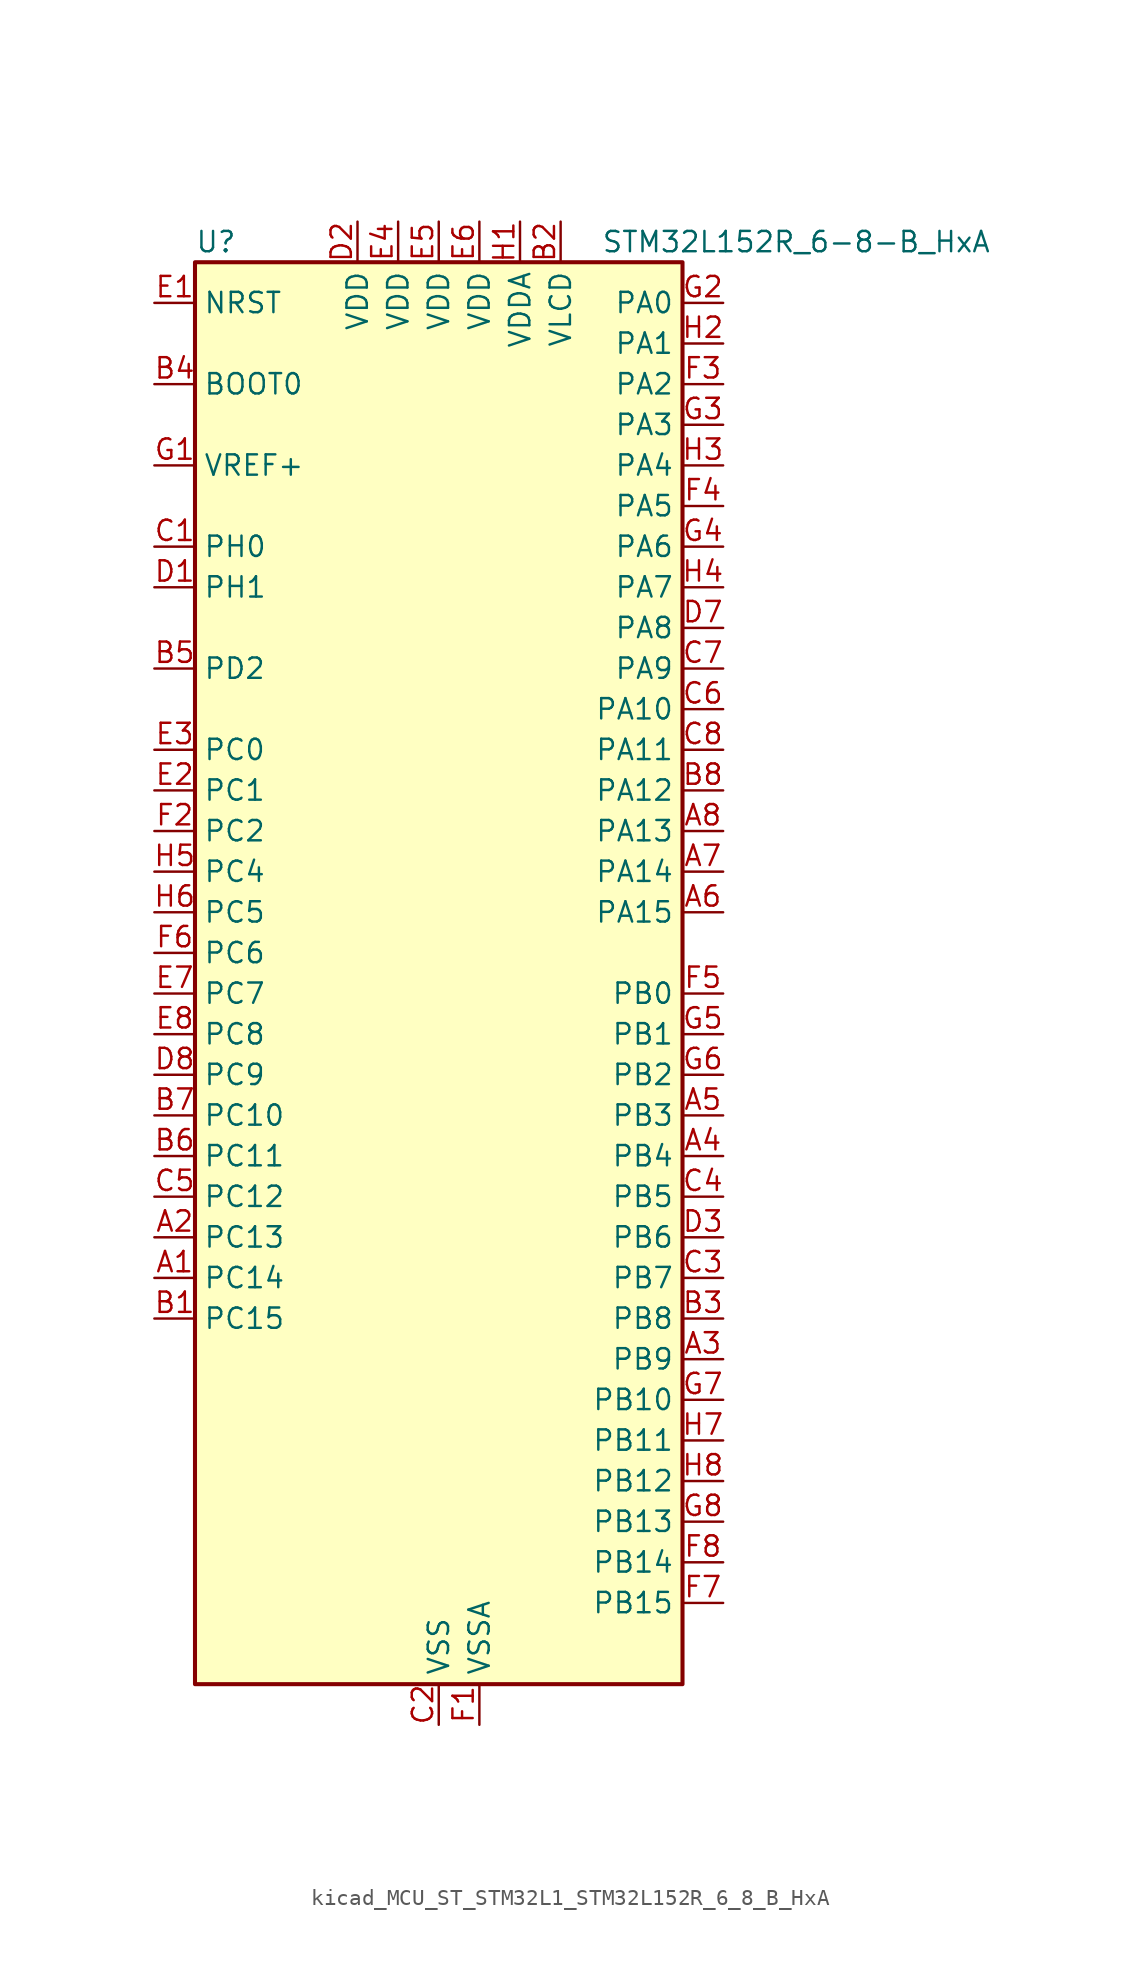
<source format=kicad_sym>
(kicad_symbol_lib
  (version 20220914)
  (generator kicad_symbol_editor)
  (symbol "kicad_MCU_ST_STM32L1_STM32L152R_6_8_B_HxA"
    (property "Reference" "U"
      (at -15.24 46.99 0)
      (effects (font (size 1.27 1.27)) (justify left)))
    (property "Value" "STM32L152R_6-8-B_HxA"
      (at 10.16 46.99 0)
      (effects (font (size 1.27 1.27)) (justify left)))
    (property "ki_locked" ""
      (at 0 0 0)
      (effects (font (size 1.27 1.27))))
    (symbol "kicad_MCU_ST_STM32L1_STM32L152R_6_8_B_HxA_0_1"
      (rectangle (start -15.24 -43.18) (end 15.24 45.72) (stroke (width 0.254) (type default)) (fill (type background))))
    (symbol "kicad_MCU_ST_STM32L1_STM32L152R_6_8_B_HxA_1_1"
      (pin bidirectional line (at -17.78 -17.78 0) (length 2.54) (name "PC14" (effects (font (size 1.27 1.27)))) (number "A1" (effects (font (size 1.27 1.27)))) (alternate "RCC_OSC32_IN" bidirectional line) (alternate "TIMX_IC3" bidirectional line))
      (pin bidirectional line (at -17.78 -15.24 0) (length 2.54) (name "PC13" (effects (font (size 1.27 1.27)))) (number "A2" (effects (font (size 1.27 1.27)))) (alternate "RTC_OUT_ALARM" bidirectional line) (alternate "RTC_OUT_CALIB" bidirectional line) (alternate "RTC_TAMP1" bidirectional line) (alternate "RTC_TS" bidirectional line) (alternate "SYS_WKUP2" bidirectional line) (alternate "TIMX_IC2" bidirectional line))
      (pin bidirectional line (at 17.78 -22.86 180) (length 2.54) (name "PB9" (effects (font (size 1.27 1.27)))) (number "A3" (effects (font (size 1.27 1.27)))) (alternate "DAC_EXTI9" bidirectional line) (alternate "I2C1_SDA" bidirectional line) (alternate "LCD_COM3" bidirectional line) (alternate "TIM11_CH1" bidirectional line) (alternate "TIM4_CH4" bidirectional line))
      (pin bidirectional line (at 17.78 -10.16 180) (length 2.54) (name "PB4" (effects (font (size 1.27 1.27)))) (number "A4" (effects (font (size 1.27 1.27)))) (alternate "COMP2_INP" bidirectional line) (alternate "LCD_SEG8" bidirectional line) (alternate "SPI1_MISO" bidirectional line) (alternate "SYS_JTRST" bidirectional line) (alternate "TIM3_CH1" bidirectional line) (alternate "TS_G6_IO1" bidirectional line))
      (pin bidirectional line (at 17.78 -7.62 180) (length 2.54) (name "PB3" (effects (font (size 1.27 1.27)))) (number "A5" (effects (font (size 1.27 1.27)))) (alternate "COMP2_INM" bidirectional line) (alternate "LCD_SEG7" bidirectional line) (alternate "SPI1_SCK" bidirectional line) (alternate "SYS_JTDO-TRACESWO" bidirectional line) (alternate "TIM2_CH2" bidirectional line))
      (pin bidirectional line (at 17.78 5.08 180) (length 2.54) (name "PA15" (effects (font (size 1.27 1.27)))) (number "A6" (effects (font (size 1.27 1.27)))) (alternate "ADC_EXTI15" bidirectional line) (alternate "LCD_SEG17" bidirectional line) (alternate "SPI1_NSS" bidirectional line) (alternate "SYS_JTDI" bidirectional line) (alternate "TIM2_CH1" bidirectional line) (alternate "TIM2_ETR" bidirectional line) (alternate "TIMX_IC4" bidirectional line) (alternate "TS_G5_IO3" bidirectional line))
      (pin bidirectional line (at 17.78 7.62 180) (length 2.54) (name "PA14" (effects (font (size 1.27 1.27)))) (number "A7" (effects (font (size 1.27 1.27)))) (alternate "SYS_JTCK-SWCLK" bidirectional line) (alternate "TIMX_IC3" bidirectional line) (alternate "TS_G5_IO2" bidirectional line))
      (pin bidirectional line (at 17.78 10.16 180) (length 2.54) (name "PA13" (effects (font (size 1.27 1.27)))) (number "A8" (effects (font (size 1.27 1.27)))) (alternate "SYS_JTMS-SWDIO" bidirectional line) (alternate "TIMX_IC2" bidirectional line) (alternate "TS_G5_IO1" bidirectional line))
      (pin bidirectional line (at -17.78 -20.32 0) (length 2.54) (name "PC15" (effects (font (size 1.27 1.27)))) (number "B1" (effects (font (size 1.27 1.27)))) (alternate "ADC_EXTI15" bidirectional line) (alternate "RCC_OSC32_OUT" bidirectional line) (alternate "TIMX_IC4" bidirectional line))
      (pin power_in line (at 7.62 48.26 270) (length 2.54) (name "VLCD" (effects (font (size 1.27 1.27)))) (number "B2" (effects (font (size 1.27 1.27)))))
      (pin bidirectional line (at 17.78 -20.32 180) (length 2.54) (name "PB8" (effects (font (size 1.27 1.27)))) (number "B3" (effects (font (size 1.27 1.27)))) (alternate "I2C1_SCL" bidirectional line) (alternate "LCD_SEG16" bidirectional line) (alternate "TIM10_CH1" bidirectional line) (alternate "TIM4_CH3" bidirectional line))
      (pin input line (at -17.78 38.1 0) (length 2.54) (name "BOOT0" (effects (font (size 1.27 1.27)))) (number "B4" (effects (font (size 1.27 1.27)))))
      (pin bidirectional line (at -17.78 20.32 0) (length 2.54) (name "PD2" (effects (font (size 1.27 1.27)))) (number "B5" (effects (font (size 1.27 1.27)))) (alternate "LCD_COM7" bidirectional line) (alternate "LCD_SEG31" bidirectional line) (alternate "LCD_SEG43" bidirectional line) (alternate "TIM3_ETR" bidirectional line) (alternate "TIMX_IC3" bidirectional line))
      (pin bidirectional line (at -17.78 -10.16 0) (length 2.54) (name "PC11" (effects (font (size 1.27 1.27)))) (number "B6" (effects (font (size 1.27 1.27)))) (alternate "ADC_EXTI11" bidirectional line) (alternate "LCD_COM5" bidirectional line) (alternate "LCD_SEG29" bidirectional line) (alternate "LCD_SEG41" bidirectional line) (alternate "TIMX_IC4" bidirectional line) (alternate "USART3_RX" bidirectional line))
      (pin bidirectional line (at -17.78 -7.62 0) (length 2.54) (name "PC10" (effects (font (size 1.27 1.27)))) (number "B7" (effects (font (size 1.27 1.27)))) (alternate "LCD_COM4" bidirectional line) (alternate "LCD_SEG28" bidirectional line) (alternate "LCD_SEG40" bidirectional line) (alternate "TIMX_IC3" bidirectional line) (alternate "USART3_TX" bidirectional line))
      (pin bidirectional line (at 17.78 12.7 180) (length 2.54) (name "PA12" (effects (font (size 1.27 1.27)))) (number "B8" (effects (font (size 1.27 1.27)))) (alternate "SPI1_MOSI" bidirectional line) (alternate "TIMX_IC1" bidirectional line) (alternate "USART1_RTS" bidirectional line) (alternate "USB_DP" bidirectional line))
      (pin bidirectional line (at -17.78 27.94 0) (length 2.54) (name "PH0" (effects (font (size 1.27 1.27)))) (number "C1" (effects (font (size 1.27 1.27)))) (alternate "RCC_OSC_IN" bidirectional line))
      (pin power_in line (at 0 -45.72 90) (length 2.54) (name "VSS" (effects (font (size 1.27 1.27)))) (number "C2" (effects (font (size 1.27 1.27)))))
      (pin bidirectional line (at 17.78 -17.78 180) (length 2.54) (name "PB7" (effects (font (size 1.27 1.27)))) (number "C3" (effects (font (size 1.27 1.27)))) (alternate "I2C1_SDA" bidirectional line) (alternate "SYS_PVD_IN" bidirectional line) (alternate "TIM4_CH2" bidirectional line) (alternate "TS_G6_IO4" bidirectional line) (alternate "USART1_RX" bidirectional line))
      (pin bidirectional line (at 17.78 -12.7 180) (length 2.54) (name "PB5" (effects (font (size 1.27 1.27)))) (number "C4" (effects (font (size 1.27 1.27)))) (alternate "COMP2_INP" bidirectional line) (alternate "I2C1_SMBA" bidirectional line) (alternate "LCD_SEG9" bidirectional line) (alternate "SPI1_MOSI" bidirectional line) (alternate "TIM3_CH2" bidirectional line) (alternate "TS_G6_IO2" bidirectional line))
      (pin bidirectional line (at -17.78 -12.7 0) (length 2.54) (name "PC12" (effects (font (size 1.27 1.27)))) (number "C5" (effects (font (size 1.27 1.27)))) (alternate "LCD_COM6" bidirectional line) (alternate "LCD_SEG30" bidirectional line) (alternate "LCD_SEG42" bidirectional line) (alternate "TIMX_IC1" bidirectional line) (alternate "USART3_CK" bidirectional line))
      (pin bidirectional line (at 17.78 17.78 180) (length 2.54) (name "PA10" (effects (font (size 1.27 1.27)))) (number "C6" (effects (font (size 1.27 1.27)))) (alternate "LCD_COM2" bidirectional line) (alternate "TIMX_IC3" bidirectional line) (alternate "TS_G4_IO3" bidirectional line) (alternate "USART1_RX" bidirectional line))
      (pin bidirectional line (at 17.78 20.32 180) (length 2.54) (name "PA9" (effects (font (size 1.27 1.27)))) (number "C7" (effects (font (size 1.27 1.27)))) (alternate "DAC_EXTI9" bidirectional line) (alternate "LCD_COM1" bidirectional line) (alternate "TIMX_IC2" bidirectional line) (alternate "TS_G4_IO2" bidirectional line) (alternate "USART1_TX" bidirectional line))
      (pin bidirectional line (at 17.78 15.24 180) (length 2.54) (name "PA11" (effects (font (size 1.27 1.27)))) (number "C8" (effects (font (size 1.27 1.27)))) (alternate "ADC_EXTI11" bidirectional line) (alternate "SPI1_MISO" bidirectional line) (alternate "TIMX_IC4" bidirectional line) (alternate "USART1_CTS" bidirectional line) (alternate "USB_DM" bidirectional line))
      (pin bidirectional line (at -17.78 25.4 0) (length 2.54) (name "PH1" (effects (font (size 1.27 1.27)))) (number "D1" (effects (font (size 1.27 1.27)))) (alternate "RCC_OSC_OUT" bidirectional line))
      (pin power_in line (at -5.08 48.26 270) (length 2.54) (name "VDD" (effects (font (size 1.27 1.27)))) (number "D2" (effects (font (size 1.27 1.27)))))
      (pin bidirectional line (at 17.78 -15.24 180) (length 2.54) (name "PB6" (effects (font (size 1.27 1.27)))) (number "D3" (effects (font (size 1.27 1.27)))) (alternate "I2C1_SCL" bidirectional line) (alternate "TIM4_CH1" bidirectional line) (alternate "TS_G6_IO3" bidirectional line) (alternate "USART1_TX" bidirectional line))
      (pin passive line (at 0 -45.72 90) (length 2.54) hide (name "VSS" (effects (font (size 1.27 1.27)))) (number "D4" (effects (font (size 1.27 1.27)))))
      (pin passive line (at 0 -45.72 90) (length 2.54) hide (name "VSS" (effects (font (size 1.27 1.27)))) (number "D5" (effects (font (size 1.27 1.27)))))
      (pin passive line (at 0 -45.72 90) (length 2.54) hide (name "VSS" (effects (font (size 1.27 1.27)))) (number "D6" (effects (font (size 1.27 1.27)))))
      (pin bidirectional line (at 17.78 22.86 180) (length 2.54) (name "PA8" (effects (font (size 1.27 1.27)))) (number "D7" (effects (font (size 1.27 1.27)))) (alternate "LCD_COM0" bidirectional line) (alternate "RCC_MCO" bidirectional line) (alternate "TIMX_IC1" bidirectional line) (alternate "TS_G4_IO1" bidirectional line) (alternate "USART1_CK" bidirectional line))
      (pin bidirectional line (at -17.78 -5.08 0) (length 2.54) (name "PC9" (effects (font (size 1.27 1.27)))) (number "D8" (effects (font (size 1.27 1.27)))) (alternate "DAC_EXTI9" bidirectional line) (alternate "LCD_SEG27" bidirectional line) (alternate "TIM3_CH4" bidirectional line) (alternate "TIMX_IC2" bidirectional line) (alternate "TS_G10_IO4" bidirectional line))
      (pin input line (at -17.78 43.18 0) (length 2.54) (name "NRST" (effects (font (size 1.27 1.27)))) (number "E1" (effects (font (size 1.27 1.27)))))
      (pin bidirectional line (at -17.78 12.7 0) (length 2.54) (name "PC1" (effects (font (size 1.27 1.27)))) (number "E2" (effects (font (size 1.27 1.27)))) (alternate "ADC_IN11" bidirectional line) (alternate "COMP1_INP" bidirectional line) (alternate "LCD_SEG19" bidirectional line) (alternate "TIMX_IC2" bidirectional line) (alternate "TS_G8_IO2" bidirectional line))
      (pin bidirectional line (at -17.78 15.24 0) (length 2.54) (name "PC0" (effects (font (size 1.27 1.27)))) (number "E3" (effects (font (size 1.27 1.27)))) (alternate "ADC_IN10" bidirectional line) (alternate "COMP1_INP" bidirectional line) (alternate "LCD_SEG18" bidirectional line) (alternate "TIMX_IC1" bidirectional line) (alternate "TS_G8_IO1" bidirectional line))
      (pin power_in line (at -2.54 48.26 270) (length 2.54) (name "VDD" (effects (font (size 1.27 1.27)))) (number "E4" (effects (font (size 1.27 1.27)))))
      (pin power_in line (at 0 48.26 270) (length 2.54) (name "VDD" (effects (font (size 1.27 1.27)))) (number "E5" (effects (font (size 1.27 1.27)))))
      (pin power_in line (at 2.54 48.26 270) (length 2.54) (name "VDD" (effects (font (size 1.27 1.27)))) (number "E6" (effects (font (size 1.27 1.27)))))
      (pin bidirectional line (at -17.78 0 0) (length 2.54) (name "PC7" (effects (font (size 1.27 1.27)))) (number "E7" (effects (font (size 1.27 1.27)))) (alternate "LCD_SEG25" bidirectional line) (alternate "TIM3_CH2" bidirectional line) (alternate "TIMX_IC4" bidirectional line) (alternate "TS_G10_IO2" bidirectional line))
      (pin bidirectional line (at -17.78 -2.54 0) (length 2.54) (name "PC8" (effects (font (size 1.27 1.27)))) (number "E8" (effects (font (size 1.27 1.27)))) (alternate "LCD_SEG26" bidirectional line) (alternate "TIM3_CH3" bidirectional line) (alternate "TIMX_IC1" bidirectional line) (alternate "TS_G10_IO3" bidirectional line))
      (pin power_in line (at 2.54 -45.72 90) (length 2.54) (name "VSSA" (effects (font (size 1.27 1.27)))) (number "F1" (effects (font (size 1.27 1.27)))))
      (pin bidirectional line (at -17.78 10.16 0) (length 2.54) (name "PC2" (effects (font (size 1.27 1.27)))) (number "F2" (effects (font (size 1.27 1.27)))) (alternate "ADC_IN12" bidirectional line) (alternate "COMP1_INP" bidirectional line) (alternate "LCD_SEG20" bidirectional line) (alternate "TIMX_IC3" bidirectional line) (alternate "TS_G8_IO3" bidirectional line))
      (pin bidirectional line (at 17.78 38.1 180) (length 2.54) (name "PA2" (effects (font (size 1.27 1.27)))) (number "F3" (effects (font (size 1.27 1.27)))) (alternate "ADC_IN2" bidirectional line) (alternate "COMP1_INP" bidirectional line) (alternate "LCD_SEG1" bidirectional line) (alternate "TIM2_CH3" bidirectional line) (alternate "TIM9_CH1" bidirectional line) (alternate "TIMX_IC3" bidirectional line) (alternate "TS_G1_IO3" bidirectional line) (alternate "USART2_TX" bidirectional line))
      (pin bidirectional line (at 17.78 30.48 180) (length 2.54) (name "PA5" (effects (font (size 1.27 1.27)))) (number "F4" (effects (font (size 1.27 1.27)))) (alternate "ADC_IN5" bidirectional line) (alternate "COMP1_INP" bidirectional line) (alternate "DAC_OUT2" bidirectional line) (alternate "SPI1_SCK" bidirectional line) (alternate "TIM2_CH1" bidirectional line) (alternate "TIM2_ETR" bidirectional line) (alternate "TIMX_IC2" bidirectional line))
      (pin bidirectional line (at 17.78 0 180) (length 2.54) (name "PB0" (effects (font (size 1.27 1.27)))) (number "F5" (effects (font (size 1.27 1.27)))) (alternate "ADC_IN8" bidirectional line) (alternate "COMP1_INP" bidirectional line) (alternate "LCD_SEG5" bidirectional line) (alternate "SYS_V_REF_OUT" bidirectional line) (alternate "TIM3_CH3" bidirectional line) (alternate "TS_G3_IO1" bidirectional line))
      (pin bidirectional line (at -17.78 2.54 0) (length 2.54) (name "PC6" (effects (font (size 1.27 1.27)))) (number "F6" (effects (font (size 1.27 1.27)))) (alternate "LCD_SEG24" bidirectional line) (alternate "TIM3_CH1" bidirectional line) (alternate "TIMX_IC3" bidirectional line) (alternate "TS_G10_IO1" bidirectional line))
      (pin bidirectional line (at 17.78 -38.1 180) (length 2.54) (name "PB15" (effects (font (size 1.27 1.27)))) (number "F7" (effects (font (size 1.27 1.27)))) (alternate "ADC_EXTI15" bidirectional line) (alternate "ADC_IN21" bidirectional line) (alternate "COMP1_INP" bidirectional line) (alternate "LCD_SEG15" bidirectional line) (alternate "RTC_REFIN" bidirectional line) (alternate "SPI2_MOSI" bidirectional line) (alternate "TIM11_CH1" bidirectional line) (alternate "TS_G7_IO4" bidirectional line))
      (pin bidirectional line (at 17.78 -35.56 180) (length 2.54) (name "PB14" (effects (font (size 1.27 1.27)))) (number "F8" (effects (font (size 1.27 1.27)))) (alternate "ADC_IN20" bidirectional line) (alternate "COMP1_INP" bidirectional line) (alternate "LCD_SEG14" bidirectional line) (alternate "SPI2_MISO" bidirectional line) (alternate "TIM9_CH2" bidirectional line) (alternate "TS_G7_IO3" bidirectional line) (alternate "USART3_RTS" bidirectional line))
      (pin input line (at -17.78 33.02 0) (length 2.54) (name "VREF+" (effects (font (size 1.27 1.27)))) (number "G1" (effects (font (size 1.27 1.27)))))
      (pin bidirectional line (at 17.78 43.18 180) (length 2.54) (name "PA0" (effects (font (size 1.27 1.27)))) (number "G2" (effects (font (size 1.27 1.27)))) (alternate "ADC_IN0" bidirectional line) (alternate "COMP1_INP" bidirectional line) (alternate "RTC_TAMP2" bidirectional line) (alternate "SYS_WKUP1" bidirectional line) (alternate "TIM2_CH1" bidirectional line) (alternate "TIM2_ETR" bidirectional line) (alternate "TIMX_IC1" bidirectional line) (alternate "TS_G1_IO1" bidirectional line) (alternate "USART2_CTS" bidirectional line))
      (pin bidirectional line (at 17.78 35.56 180) (length 2.54) (name "PA3" (effects (font (size 1.27 1.27)))) (number "G3" (effects (font (size 1.27 1.27)))) (alternate "ADC_IN3" bidirectional line) (alternate "COMP1_INP" bidirectional line) (alternate "LCD_SEG2" bidirectional line) (alternate "TIM2_CH4" bidirectional line) (alternate "TIM9_CH2" bidirectional line) (alternate "TIMX_IC4" bidirectional line) (alternate "TS_G1_IO4" bidirectional line) (alternate "USART2_RX" bidirectional line))
      (pin bidirectional line (at 17.78 27.94 180) (length 2.54) (name "PA6" (effects (font (size 1.27 1.27)))) (number "G4" (effects (font (size 1.27 1.27)))) (alternate "ADC_IN6" bidirectional line) (alternate "COMP1_INP" bidirectional line) (alternate "LCD_SEG3" bidirectional line) (alternate "SPI1_MISO" bidirectional line) (alternate "TIM10_CH1" bidirectional line) (alternate "TIM3_CH1" bidirectional line) (alternate "TIMX_IC3" bidirectional line) (alternate "TS_G2_IO1" bidirectional line))
      (pin bidirectional line (at 17.78 -2.54 180) (length 2.54) (name "PB1" (effects (font (size 1.27 1.27)))) (number "G5" (effects (font (size 1.27 1.27)))) (alternate "ADC_IN9" bidirectional line) (alternate "COMP1_INP" bidirectional line) (alternate "LCD_SEG6" bidirectional line) (alternate "SYS_V_REF_OUT" bidirectional line) (alternate "TIM3_CH4" bidirectional line) (alternate "TS_G3_IO2" bidirectional line))
      (pin bidirectional line (at 17.78 -5.08 180) (length 2.54) (name "PB2" (effects (font (size 1.27 1.27)))) (number "G6" (effects (font (size 1.27 1.27)))) (alternate "TS_G3_IO3" bidirectional line))
      (pin bidirectional line (at 17.78 -25.4 180) (length 2.54) (name "PB10" (effects (font (size 1.27 1.27)))) (number "G7" (effects (font (size 1.27 1.27)))) (alternate "I2C2_SCL" bidirectional line) (alternate "LCD_SEG10" bidirectional line) (alternate "TIM2_CH3" bidirectional line) (alternate "USART3_TX" bidirectional line))
      (pin bidirectional line (at 17.78 -33.02 180) (length 2.54) (name "PB13" (effects (font (size 1.27 1.27)))) (number "G8" (effects (font (size 1.27 1.27)))) (alternate "ADC_IN19" bidirectional line) (alternate "COMP1_INP" bidirectional line) (alternate "LCD_SEG13" bidirectional line) (alternate "SPI2_SCK" bidirectional line) (alternate "TIM9_CH1" bidirectional line) (alternate "TS_G7_IO2" bidirectional line) (alternate "USART3_CTS" bidirectional line))
      (pin power_in line (at 5.08 48.26 270) (length 2.54) (name "VDDA" (effects (font (size 1.27 1.27)))) (number "H1" (effects (font (size 1.27 1.27)))))
      (pin bidirectional line (at 17.78 40.64 180) (length 2.54) (name "PA1" (effects (font (size 1.27 1.27)))) (number "H2" (effects (font (size 1.27 1.27)))) (alternate "ADC_IN1" bidirectional line) (alternate "COMP1_INP" bidirectional line) (alternate "LCD_SEG0" bidirectional line) (alternate "TIM2_CH2" bidirectional line) (alternate "TIMX_IC2" bidirectional line) (alternate "TS_G1_IO2" bidirectional line) (alternate "USART2_RTS" bidirectional line))
      (pin bidirectional line (at 17.78 33.02 180) (length 2.54) (name "PA4" (effects (font (size 1.27 1.27)))) (number "H3" (effects (font (size 1.27 1.27)))) (alternate "ADC_IN4" bidirectional line) (alternate "COMP1_INP" bidirectional line) (alternate "DAC_OUT1" bidirectional line) (alternate "SPI1_NSS" bidirectional line) (alternate "TIMX_IC1" bidirectional line) (alternate "USART2_CK" bidirectional line))
      (pin bidirectional line (at 17.78 25.4 180) (length 2.54) (name "PA7" (effects (font (size 1.27 1.27)))) (number "H4" (effects (font (size 1.27 1.27)))) (alternate "ADC_IN7" bidirectional line) (alternate "COMP1_INP" bidirectional line) (alternate "LCD_SEG4" bidirectional line) (alternate "SPI1_MOSI" bidirectional line) (alternate "TIM11_CH1" bidirectional line) (alternate "TIM3_CH2" bidirectional line) (alternate "TIMX_IC4" bidirectional line) (alternate "TS_G2_IO2" bidirectional line))
      (pin bidirectional line (at -17.78 7.62 0) (length 2.54) (name "PC4" (effects (font (size 1.27 1.27)))) (number "H5" (effects (font (size 1.27 1.27)))) (alternate "ADC_IN14" bidirectional line) (alternate "COMP1_INP" bidirectional line) (alternate "LCD_SEG22" bidirectional line) (alternate "TIMX_IC1" bidirectional line) (alternate "TS_G9_IO1" bidirectional line))
      (pin bidirectional line (at -17.78 5.08 0) (length 2.54) (name "PC5" (effects (font (size 1.27 1.27)))) (number "H6" (effects (font (size 1.27 1.27)))) (alternate "ADC_IN15" bidirectional line) (alternate "COMP1_INP" bidirectional line) (alternate "LCD_SEG23" bidirectional line) (alternate "TIMX_IC2" bidirectional line) (alternate "TS_G9_IO2" bidirectional line))
      (pin bidirectional line (at 17.78 -27.94 180) (length 2.54) (name "PB11" (effects (font (size 1.27 1.27)))) (number "H7" (effects (font (size 1.27 1.27)))) (alternate "ADC_EXTI11" bidirectional line) (alternate "I2C2_SDA" bidirectional line) (alternate "LCD_SEG11" bidirectional line) (alternate "TIM2_CH4" bidirectional line) (alternate "USART3_RX" bidirectional line))
      (pin bidirectional line (at 17.78 -30.48 180) (length 2.54) (name "PB12" (effects (font (size 1.27 1.27)))) (number "H8" (effects (font (size 1.27 1.27)))) (alternate "ADC_IN18" bidirectional line) (alternate "COMP1_INP" bidirectional line) (alternate "I2C2_SMBA" bidirectional line) (alternate "LCD_SEG12" bidirectional line) (alternate "SPI2_NSS" bidirectional line) (alternate "TIM10_CH1" bidirectional line) (alternate "TS_G7_IO1" bidirectional line) (alternate "USART3_CK" bidirectional line)))))
</source>
